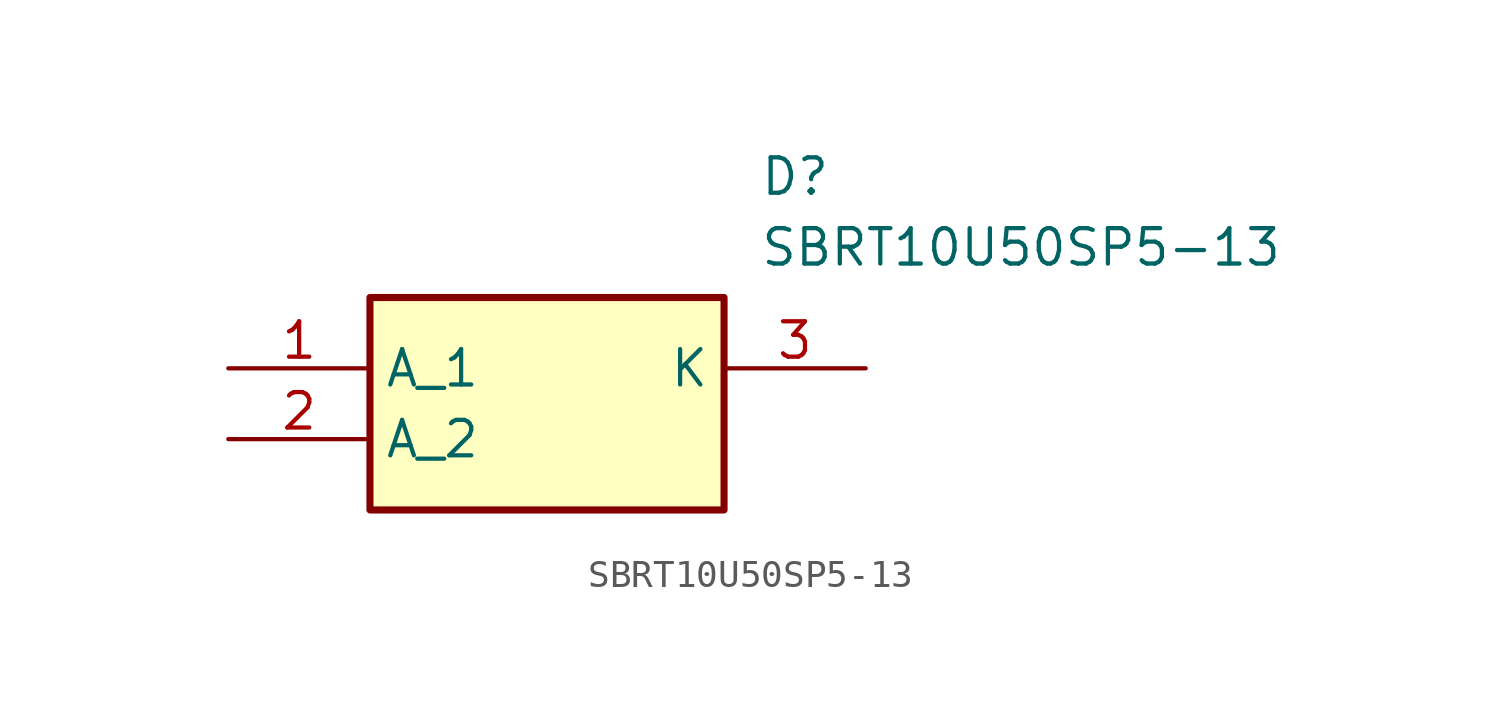
<source format=kicad_sym>
(kicad_symbol_lib
  (version 20211014)
  (generator SamacSys_ECAD_Model)
  (symbol "SBRT10U50SP5-13"
    (property "Reference" "D"
      (at 19.05 7.62 0)
      (effects (font (size 1.27 1.27)) (justify left top)))
    (property "Value" "SBRT10U50SP5-13"
      (at 19.05 5.08 0)
      (effects (font (size 1.27 1.27)) (justify left top)))
    (rectangle
      (start 5.08 2.54)
      (end 17.78 -5.08)
      (stroke (width 0.254) (type default))
      (fill (type background)))
    (pin passive line
      (at 0 0 0)
      (length 5.08)
      (name "A_1" (effects (font (size 1.27 1.27))))
      (number "1" (effects (font (size 1.27 1.27)))))
    (pin passive line
      (at 0 -2.54 0)
      (length 5.08)
      (name "A_2" (effects (font (size 1.27 1.27))))
      (number "2" (effects (font (size 1.27 1.27)))))
    (pin passive line
      (at 22.86 0 180)
      (length 5.08)
      (name "K" (effects (font (size 1.27 1.27))))
      (number "3" (effects (font (size 1.27 1.27)))))))
</source>
